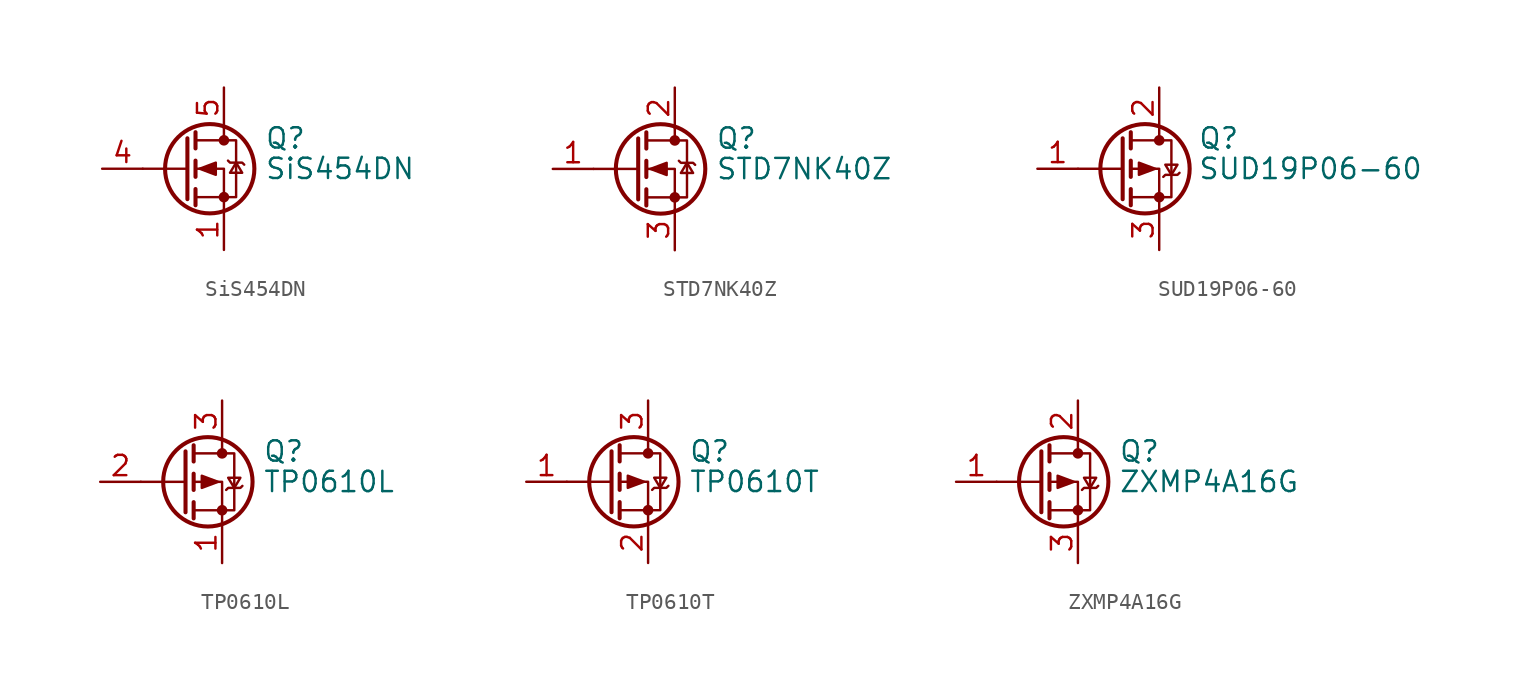
<source format=kicad_sym>
(kicad_symbol_lib
  (version 20201005)
  (generator kicad_symbol_editor)
  (symbol "SiS454DN"
    (pin_names hide)
    (property "Reference" "Q"
      (at 5.08 1.905 0)
      (effects (font (size 1.27 1.27)) (justify left)))
    (property "Value" "SiS454DN"
      (at 5.08 0 0)
      (effects (font (size 1.27 1.27)) (justify left)))
    (symbol "SiS454DN_0_1"
      (circle (center 1.651 0) (radius 2.794) (stroke (width 0.254)) (fill (type none)))
      (circle (center 2.54 -1.778) (radius 0.254) (stroke (width 0)) (fill (type outline)))
      (circle (center 2.54 1.778) (radius 0.254) (stroke (width 0)) (fill (type outline)))
      (polyline (pts (xy 0.254 0) (xy -2.54 0)) (stroke (width 0)) (fill (type none)))
      (polyline (pts (xy 0.254 1.905) (xy 0.254 -1.905)) (stroke (width 0.254)) (fill (type none)))
      (polyline (pts (xy 0.762 -1.27) (xy 0.762 -2.286)) (stroke (width 0.254)) (fill (type none)))
      (polyline (pts (xy 0.762 0.508) (xy 0.762 -0.508)) (stroke (width 0.254)) (fill (type none)))
      (polyline (pts (xy 0.762 2.286) (xy 0.762 1.27)) (stroke (width 0.254)) (fill (type none)))
      (polyline (pts (xy 2.54 2.54) (xy 2.54 1.778)) (stroke (width 0)) (fill (type none)))
      (polyline (pts (xy 2.54 -2.54) (xy 2.54 0) (xy 0.762 0)) (stroke (width 0)) (fill (type none)))
      (polyline (pts (xy 0.762 -1.778) (xy 3.302 -1.778) (xy 3.302 1.778) (xy 0.762 1.778)) (stroke (width 0)) (fill (type none)))
      (polyline (pts (xy 2.794 0.508) (xy 2.921 0.381) (xy 3.683 0.381) (xy 3.81 0.254)) (stroke (width 0)) (fill (type none)))
      (polyline (pts (xy 3.302 0.381) (xy 2.921 -0.254) (xy 3.683 -0.254) (xy 3.302 0.381)) (stroke (width 0)) (fill (type none)))
      (polyline (pts (xy 1.016 0) (xy 2.032 0.381) (xy 2.032 -0.381) (xy 1.016 0)) (stroke (width 0)) (fill (type outline))))
    (symbol "SiS454DN_1_1"
      (pin passive line (at 2.54 -5.08 90) (length 2.54) (name "S" (effects (font (size 1.27 1.27)))) (number "1" (effects (font (size 1.27 1.27)))))
      (pin passive line (at 2.54 -5.08 90) (length 2.54) hide (name "S" (effects (font (size 1.27 1.27)))) (number "2" (effects (font (size 1.27 1.27)))))
      (pin passive line (at 2.54 -5.08 90) (length 2.54) hide (name "S" (effects (font (size 1.27 1.27)))) (number "3" (effects (font (size 1.27 1.27)))))
      (pin input line (at -5.08 0 0) (length 2.54) (name "G" (effects (font (size 1.27 1.27)))) (number "4" (effects (font (size 1.27 1.27)))))
      (pin passive line (at 2.54 5.08 270) (length 2.54) (name "D" (effects (font (size 1.27 1.27)))) (number "5" (effects (font (size 1.27 1.27)))))))
  (symbol "STD7NK40Z"
    (pin_names hide)
    (property "Reference" "Q"
      (at 5.08 1.905 0)
      (effects (font (size 1.27 1.27)) (justify left)))
    (property "Value" "STD7NK40Z"
      (at 5.08 0 0)
      (effects (font (size 1.27 1.27)) (justify left)))
    (symbol "STD7NK40Z_0_1"
      (circle (center 1.651 0) (radius 2.794) (stroke (width 0.254)) (fill (type none)))
      (circle (center 2.54 -1.778) (radius 0.254) (stroke (width 0)) (fill (type outline)))
      (circle (center 2.54 1.778) (radius 0.254) (stroke (width 0)) (fill (type outline)))
      (polyline (pts (xy 0.254 0) (xy -2.54 0)) (stroke (width 0)) (fill (type none)))
      (polyline (pts (xy 0.254 1.905) (xy 0.254 -1.905)) (stroke (width 0.254)) (fill (type none)))
      (polyline (pts (xy 0.762 -1.27) (xy 0.762 -2.286)) (stroke (width 0.254)) (fill (type none)))
      (polyline (pts (xy 0.762 0.508) (xy 0.762 -0.508)) (stroke (width 0.254)) (fill (type none)))
      (polyline (pts (xy 0.762 2.286) (xy 0.762 1.27)) (stroke (width 0.254)) (fill (type none)))
      (polyline (pts (xy 2.54 2.54) (xy 2.54 1.778)) (stroke (width 0)) (fill (type none)))
      (polyline (pts (xy 2.54 -2.54) (xy 2.54 0) (xy 0.762 0)) (stroke (width 0)) (fill (type none)))
      (polyline (pts (xy 0.762 -1.778) (xy 3.302 -1.778) (xy 3.302 1.778) (xy 0.762 1.778)) (stroke (width 0)) (fill (type none)))
      (polyline (pts (xy 2.794 0.508) (xy 2.921 0.381) (xy 3.683 0.381) (xy 3.81 0.254)) (stroke (width 0)) (fill (type none)))
      (polyline (pts (xy 3.302 0.381) (xy 2.921 -0.254) (xy 3.683 -0.254) (xy 3.302 0.381)) (stroke (width 0)) (fill (type none)))
      (polyline (pts (xy 1.016 0) (xy 2.032 0.381) (xy 2.032 -0.381) (xy 1.016 0)) (stroke (width 0)) (fill (type outline))))
    (symbol "STD7NK40Z_1_1"
      (pin passive line (at -5.08 0 0) (length 2.54) (name "G" (effects (font (size 1.27 1.27)))) (number "1" (effects (font (size 1.27 1.27)))))
      (pin passive line (at 2.54 5.08 270) (length 2.54) (name "D" (effects (font (size 1.27 1.27)))) (number "2" (effects (font (size 1.27 1.27)))))
      (pin passive line (at 2.54 -5.08 90) (length 2.54) (name "S" (effects (font (size 1.27 1.27)))) (number "3" (effects (font (size 1.27 1.27)))))))
  (symbol "SUD19P06-60"
    (pin_names hide)
    (property "Reference" "Q"
      (at 4.953 1.905 0)
      (effects (font (size 1.27 1.27)) (justify left)))
    (property "Value" "SUD19P06-60"
      (at 4.953 0 0)
      (effects (font (size 1.27 1.27)) (justify left)))
    (symbol "SUD19P06-60_0_1"
      (circle (center 1.651 0) (radius 2.794) (stroke (width 0.254)) (fill (type none)))
      (circle (center 2.54 -1.778) (radius 0.254) (stroke (width 0)) (fill (type outline)))
      (circle (center 2.54 1.778) (radius 0.254) (stroke (width 0)) (fill (type outline)))
      (polyline (pts (xy 0.254 0) (xy -2.54 0)) (stroke (width 0)) (fill (type none)))
      (polyline (pts (xy 0.254 1.905) (xy 0.254 -1.905)) (stroke (width 0.254)) (fill (type none)))
      (polyline (pts (xy 0.762 -1.27) (xy 0.762 -2.286)) (stroke (width 0.254)) (fill (type none)))
      (polyline (pts (xy 0.762 0.508) (xy 0.762 -0.508)) (stroke (width 0.254)) (fill (type none)))
      (polyline (pts (xy 0.762 2.286) (xy 0.762 1.27)) (stroke (width 0.254)) (fill (type none)))
      (polyline (pts (xy 2.54 2.54) (xy 2.54 1.778)) (stroke (width 0)) (fill (type none)))
      (polyline (pts (xy 2.54 -2.54) (xy 2.54 0) (xy 0.762 0)) (stroke (width 0)) (fill (type none)))
      (polyline (pts (xy 0.762 1.778) (xy 3.302 1.778) (xy 3.302 -1.778) (xy 0.762 -1.778)) (stroke (width 0)) (fill (type none)))
      (polyline (pts (xy 2.794 -0.508) (xy 2.921 -0.381) (xy 3.683 -0.381) (xy 3.81 -0.254)) (stroke (width 0)) (fill (type none)))
      (polyline (pts (xy 3.302 -0.381) (xy 2.921 0.254) (xy 3.683 0.254) (xy 3.302 -0.381)) (stroke (width 0)) (fill (type none)))
      (polyline (pts (xy 2.286 0) (xy 1.27 0.381) (xy 1.27 -0.381) (xy 2.286 0)) (stroke (width 0)) (fill (type outline))))
    (symbol "SUD19P06-60_1_1"
      (pin input line (at -5.08 0 0) (length 2.54) (name "G" (effects (font (size 1.27 1.27)))) (number "1" (effects (font (size 1.27 1.27)))))
      (pin passive line (at 2.54 5.08 270) (length 2.54) (name "D" (effects (font (size 1.27 1.27)))) (number "2" (effects (font (size 1.27 1.27)))))
      (pin passive line (at 2.54 -5.08 90) (length 2.54) (name "S" (effects (font (size 1.27 1.27)))) (number "3" (effects (font (size 1.27 1.27)))))))
  (symbol "TP0610L"
    (pin_names hide)
    (property "Reference" "Q"
      (at 5.08 1.905 0)
      (effects (font (size 1.27 1.27)) (justify left)))
    (property "Value" "TP0610L"
      (at 5.08 0 0)
      (effects (font (size 1.27 1.27)) (justify left)))
    (symbol "TP0610L_0_1"
      (circle (center 1.651 0) (radius 2.794) (stroke (width 0.254)) (fill (type none)))
      (circle (center 2.54 -1.778) (radius 0.254) (stroke (width 0)) (fill (type outline)))
      (circle (center 2.54 1.778) (radius 0.254) (stroke (width 0)) (fill (type outline)))
      (polyline (pts (xy 0.254 0) (xy -2.54 0)) (stroke (width 0)) (fill (type none)))
      (polyline (pts (xy 0.254 1.905) (xy 0.254 -1.905)) (stroke (width 0.254)) (fill (type none)))
      (polyline (pts (xy 0.762 -1.27) (xy 0.762 -2.286)) (stroke (width 0.254)) (fill (type none)))
      (polyline (pts (xy 0.762 0.508) (xy 0.762 -0.508)) (stroke (width 0.254)) (fill (type none)))
      (polyline (pts (xy 0.762 2.286) (xy 0.762 1.27)) (stroke (width 0.254)) (fill (type none)))
      (polyline (pts (xy 2.54 2.54) (xy 2.54 1.778)) (stroke (width 0)) (fill (type none)))
      (polyline (pts (xy 2.54 -2.54) (xy 2.54 0) (xy 0.762 0)) (stroke (width 0)) (fill (type none)))
      (polyline (pts (xy 0.762 1.778) (xy 3.302 1.778) (xy 3.302 -1.778) (xy 0.762 -1.778)) (stroke (width 0)) (fill (type none)))
      (polyline (pts (xy 2.794 -0.508) (xy 2.921 -0.381) (xy 3.683 -0.381) (xy 3.81 -0.254)) (stroke (width 0)) (fill (type none)))
      (polyline (pts (xy 3.302 -0.381) (xy 2.921 0.254) (xy 3.683 0.254) (xy 3.302 -0.381)) (stroke (width 0)) (fill (type none)))
      (polyline (pts (xy 2.286 0) (xy 1.27 0.381) (xy 1.27 -0.381) (xy 2.286 0)) (stroke (width 0)) (fill (type outline))))
    (symbol "TP0610L_1_1"
      (pin passive line (at 2.54 -5.08 90) (length 2.54) (name "S" (effects (font (size 1.27 1.27)))) (number "1" (effects (font (size 1.27 1.27)))))
      (pin input line (at -5.08 0 0) (length 2.54) (name "G" (effects (font (size 1.27 1.27)))) (number "2" (effects (font (size 1.27 1.27)))))
      (pin passive line (at 2.54 5.08 270) (length 2.54) (name "D" (effects (font (size 1.27 1.27)))) (number "3" (effects (font (size 1.27 1.27)))))))
  (symbol "TP0610T"
    (pin_names hide)
    (property "Reference" "Q"
      (at 5.08 1.905 0)
      (effects (font (size 1.27 1.27)) (justify left)))
    (property "Value" "TP0610T"
      (at 5.08 0 0)
      (effects (font (size 1.27 1.27)) (justify left)))
    (symbol "TP0610T_0_1"
      (circle (center 1.651 0) (radius 2.794) (stroke (width 0.254)) (fill (type none)))
      (circle (center 2.54 -1.778) (radius 0.254) (stroke (width 0)) (fill (type outline)))
      (circle (center 2.54 1.778) (radius 0.254) (stroke (width 0)) (fill (type outline)))
      (polyline (pts (xy 0.254 0) (xy -2.54 0)) (stroke (width 0)) (fill (type none)))
      (polyline (pts (xy 0.254 1.905) (xy 0.254 -1.905)) (stroke (width 0.254)) (fill (type none)))
      (polyline (pts (xy 0.762 -1.27) (xy 0.762 -2.286)) (stroke (width 0.254)) (fill (type none)))
      (polyline (pts (xy 0.762 0.508) (xy 0.762 -0.508)) (stroke (width 0.254)) (fill (type none)))
      (polyline (pts (xy 0.762 2.286) (xy 0.762 1.27)) (stroke (width 0.254)) (fill (type none)))
      (polyline (pts (xy 2.54 2.54) (xy 2.54 1.778)) (stroke (width 0)) (fill (type none)))
      (polyline (pts (xy 2.54 -2.54) (xy 2.54 0) (xy 0.762 0)) (stroke (width 0)) (fill (type none)))
      (polyline (pts (xy 0.762 1.778) (xy 3.302 1.778) (xy 3.302 -1.778) (xy 0.762 -1.778)) (stroke (width 0)) (fill (type none)))
      (polyline (pts (xy 2.794 -0.508) (xy 2.921 -0.381) (xy 3.683 -0.381) (xy 3.81 -0.254)) (stroke (width 0)) (fill (type none)))
      (polyline (pts (xy 3.302 -0.381) (xy 2.921 0.254) (xy 3.683 0.254) (xy 3.302 -0.381)) (stroke (width 0)) (fill (type none)))
      (polyline (pts (xy 2.286 0) (xy 1.27 0.381) (xy 1.27 -0.381) (xy 2.286 0)) (stroke (width 0)) (fill (type outline))))
    (symbol "TP0610T_1_1"
      (pin input line (at -5.08 0 0) (length 2.54) (name "G" (effects (font (size 1.27 1.27)))) (number "1" (effects (font (size 1.27 1.27)))))
      (pin passive line (at 2.54 -5.08 90) (length 2.54) (name "S" (effects (font (size 1.27 1.27)))) (number "2" (effects (font (size 1.27 1.27)))))
      (pin passive line (at 2.54 5.08 270) (length 2.54) (name "D" (effects (font (size 1.27 1.27)))) (number "3" (effects (font (size 1.27 1.27)))))))
  (symbol "ZXMP4A16G"
    (pin_names hide)
    (property "Reference" "Q"
      (at 5.08 1.905 0)
      (effects (font (size 1.27 1.27)) (justify left)))
    (property "Value" "ZXMP4A16G"
      (at 5.08 0 0)
      (effects (font (size 1.27 1.27)) (justify left)))
    (symbol "ZXMP4A16G_0_1"
      (circle (center 1.651 0) (radius 2.794) (stroke (width 0.254)) (fill (type none)))
      (circle (center 2.54 -1.778) (radius 0.254) (stroke (width 0)) (fill (type outline)))
      (circle (center 2.54 1.778) (radius 0.254) (stroke (width 0)) (fill (type outline)))
      (polyline (pts (xy 0.254 0) (xy -2.54 0)) (stroke (width 0)) (fill (type none)))
      (polyline (pts (xy 0.254 1.905) (xy 0.254 -1.905)) (stroke (width 0.254)) (fill (type none)))
      (polyline (pts (xy 0.762 -1.27) (xy 0.762 -2.286)) (stroke (width 0.254)) (fill (type none)))
      (polyline (pts (xy 0.762 0.508) (xy 0.762 -0.508)) (stroke (width 0.254)) (fill (type none)))
      (polyline (pts (xy 0.762 2.286) (xy 0.762 1.27)) (stroke (width 0.254)) (fill (type none)))
      (polyline (pts (xy 2.54 2.54) (xy 2.54 1.778)) (stroke (width 0)) (fill (type none)))
      (polyline (pts (xy 2.54 -2.54) (xy 2.54 0) (xy 0.762 0)) (stroke (width 0)) (fill (type none)))
      (polyline (pts (xy 0.762 1.778) (xy 3.302 1.778) (xy 3.302 -1.778) (xy 0.762 -1.778)) (stroke (width 0)) (fill (type none)))
      (polyline (pts (xy 2.794 -0.508) (xy 2.921 -0.381) (xy 3.683 -0.381) (xy 3.81 -0.254)) (stroke (width 0)) (fill (type none)))
      (polyline (pts (xy 3.302 -0.381) (xy 2.921 0.254) (xy 3.683 0.254) (xy 3.302 -0.381)) (stroke (width 0)) (fill (type none)))
      (polyline (pts (xy 2.286 0) (xy 1.27 0.381) (xy 1.27 -0.381) (xy 2.286 0)) (stroke (width 0)) (fill (type outline))))
    (symbol "ZXMP4A16G_1_1"
      (pin input line (at -5.08 0 0) (length 2.54) (name "G" (effects (font (size 1.27 1.27)))) (number "1" (effects (font (size 1.27 1.27)))))
      (pin passive line (at 2.54 5.08 270) (length 2.54) (name "D" (effects (font (size 1.27 1.27)))) (number "2" (effects (font (size 1.27 1.27)))))
      (pin passive line (at 2.54 -5.08 90) (length 2.54) (name "S" (effects (font (size 1.27 1.27)))) (number "3" (effects (font (size 1.27 1.27))))))))
</source>
